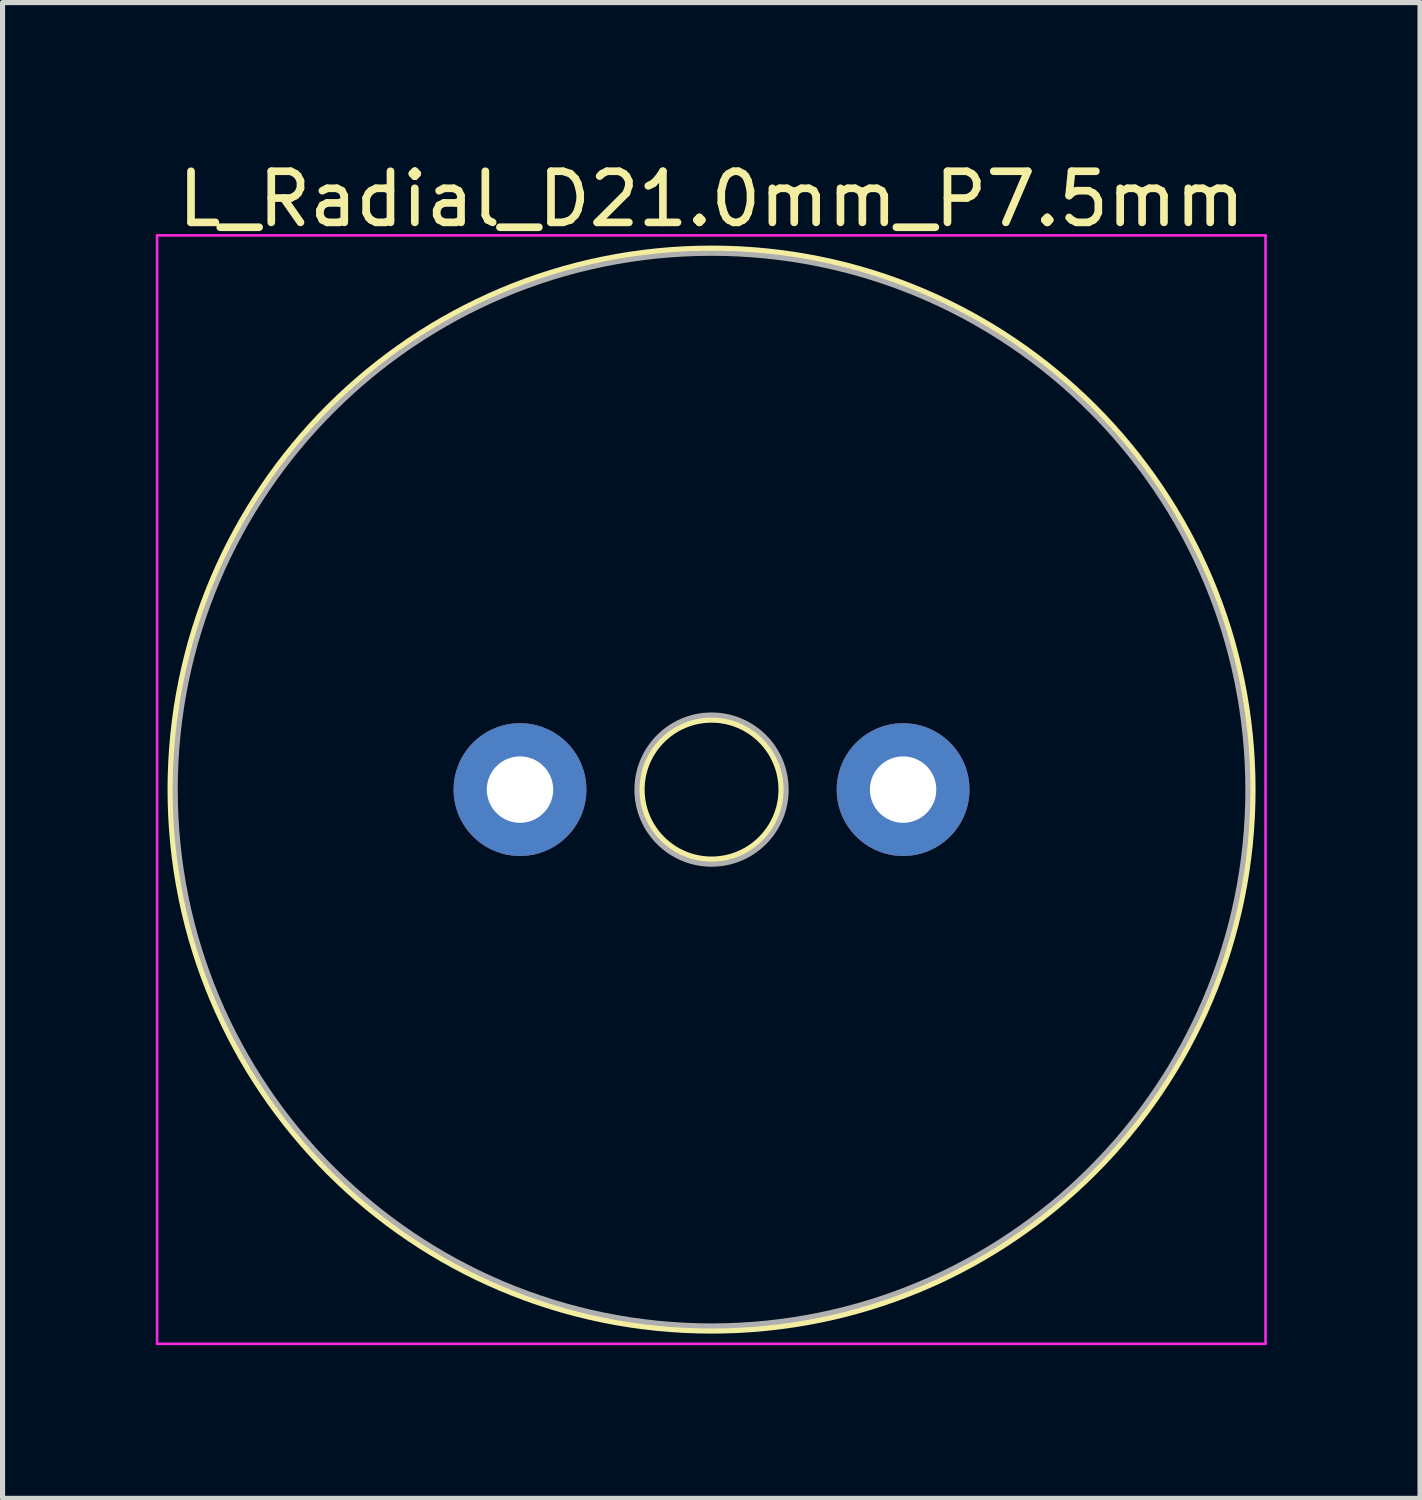
<source format=kicad_pcb>
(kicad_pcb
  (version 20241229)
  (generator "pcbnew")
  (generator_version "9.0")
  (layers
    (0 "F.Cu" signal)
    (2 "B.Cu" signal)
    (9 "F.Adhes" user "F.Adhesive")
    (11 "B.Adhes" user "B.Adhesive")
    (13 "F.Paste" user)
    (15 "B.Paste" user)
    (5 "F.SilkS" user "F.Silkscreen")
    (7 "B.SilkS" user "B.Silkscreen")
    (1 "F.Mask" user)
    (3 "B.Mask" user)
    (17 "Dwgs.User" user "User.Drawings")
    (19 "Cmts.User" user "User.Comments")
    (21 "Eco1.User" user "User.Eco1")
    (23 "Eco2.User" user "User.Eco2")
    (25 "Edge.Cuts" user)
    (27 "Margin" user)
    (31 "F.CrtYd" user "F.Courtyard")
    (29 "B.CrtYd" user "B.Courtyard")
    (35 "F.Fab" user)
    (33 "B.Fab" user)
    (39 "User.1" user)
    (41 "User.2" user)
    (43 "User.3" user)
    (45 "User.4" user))
  (footprint "L_Radial_D21.0mm_P7.5mm"
    (layer "F.Cu")
    (at 3.575 12.408)
    (property "Reference" "L_Radial_D21.0mm_P7.5mm" (at 7.305 -11.56 0) (layer "F.SilkS") (effects (font (size 1 1) (thickness 0.15))))
    (attr through_hole)
    (fp_circle (center 7.305 0) (end 8.675 0) (stroke (width 0.12) (type solid)) (fill no) (layer "F.SilkS"))
    (fp_circle (center 7.305 0) (end 17.895 0) (stroke (width 0.12) (type solid)) (fill no) (layer "F.SilkS"))
    (fp_line (start -3.55 -10.85) (end -3.55 10.85) (stroke (width 0.05) (type solid)) (layer "F.CrtYd"))
    (fp_line (start -3.55 10.85) (end 18.15 10.85) (stroke (width 0.05) (type solid)) (layer "F.CrtYd"))
    (fp_line (start 18.15 -10.85) (end -3.55 -10.85) (stroke (width 0.05) (type solid)) (layer "F.CrtYd"))
    (fp_line (start 18.15 10.85) (end 18.15 -10.85) (stroke (width 0.05) (type solid)) (layer "F.CrtYd"))
    (fp_circle (center 7.305 0) (end 8.765 0) (stroke (width 0.1) (type solid)) (fill no) (layer "F.Fab"))
    (fp_circle (center 7.305 0) (end 17.805 0) (stroke (width 0.1) (type solid)) (fill no) (layer "F.Fab"))
    (pad "1" thru_hole circle (at 3.555 0) (size 2.6 2.6) (drill 1.3) (layers "*.Cu" "*.Mask"))
    (pad "2" thru_hole circle (at 11.055 0) (size 2.6 2.6) (drill 1.3) (layers "*.Cu" "*.Mask")))
  (gr_rect
    (start -3 -3)
    (end 24.75 26.283)
    (stroke (width 0.1) (type default))
    (fill no)
    (layer "Edge.Cuts")))
</source>
